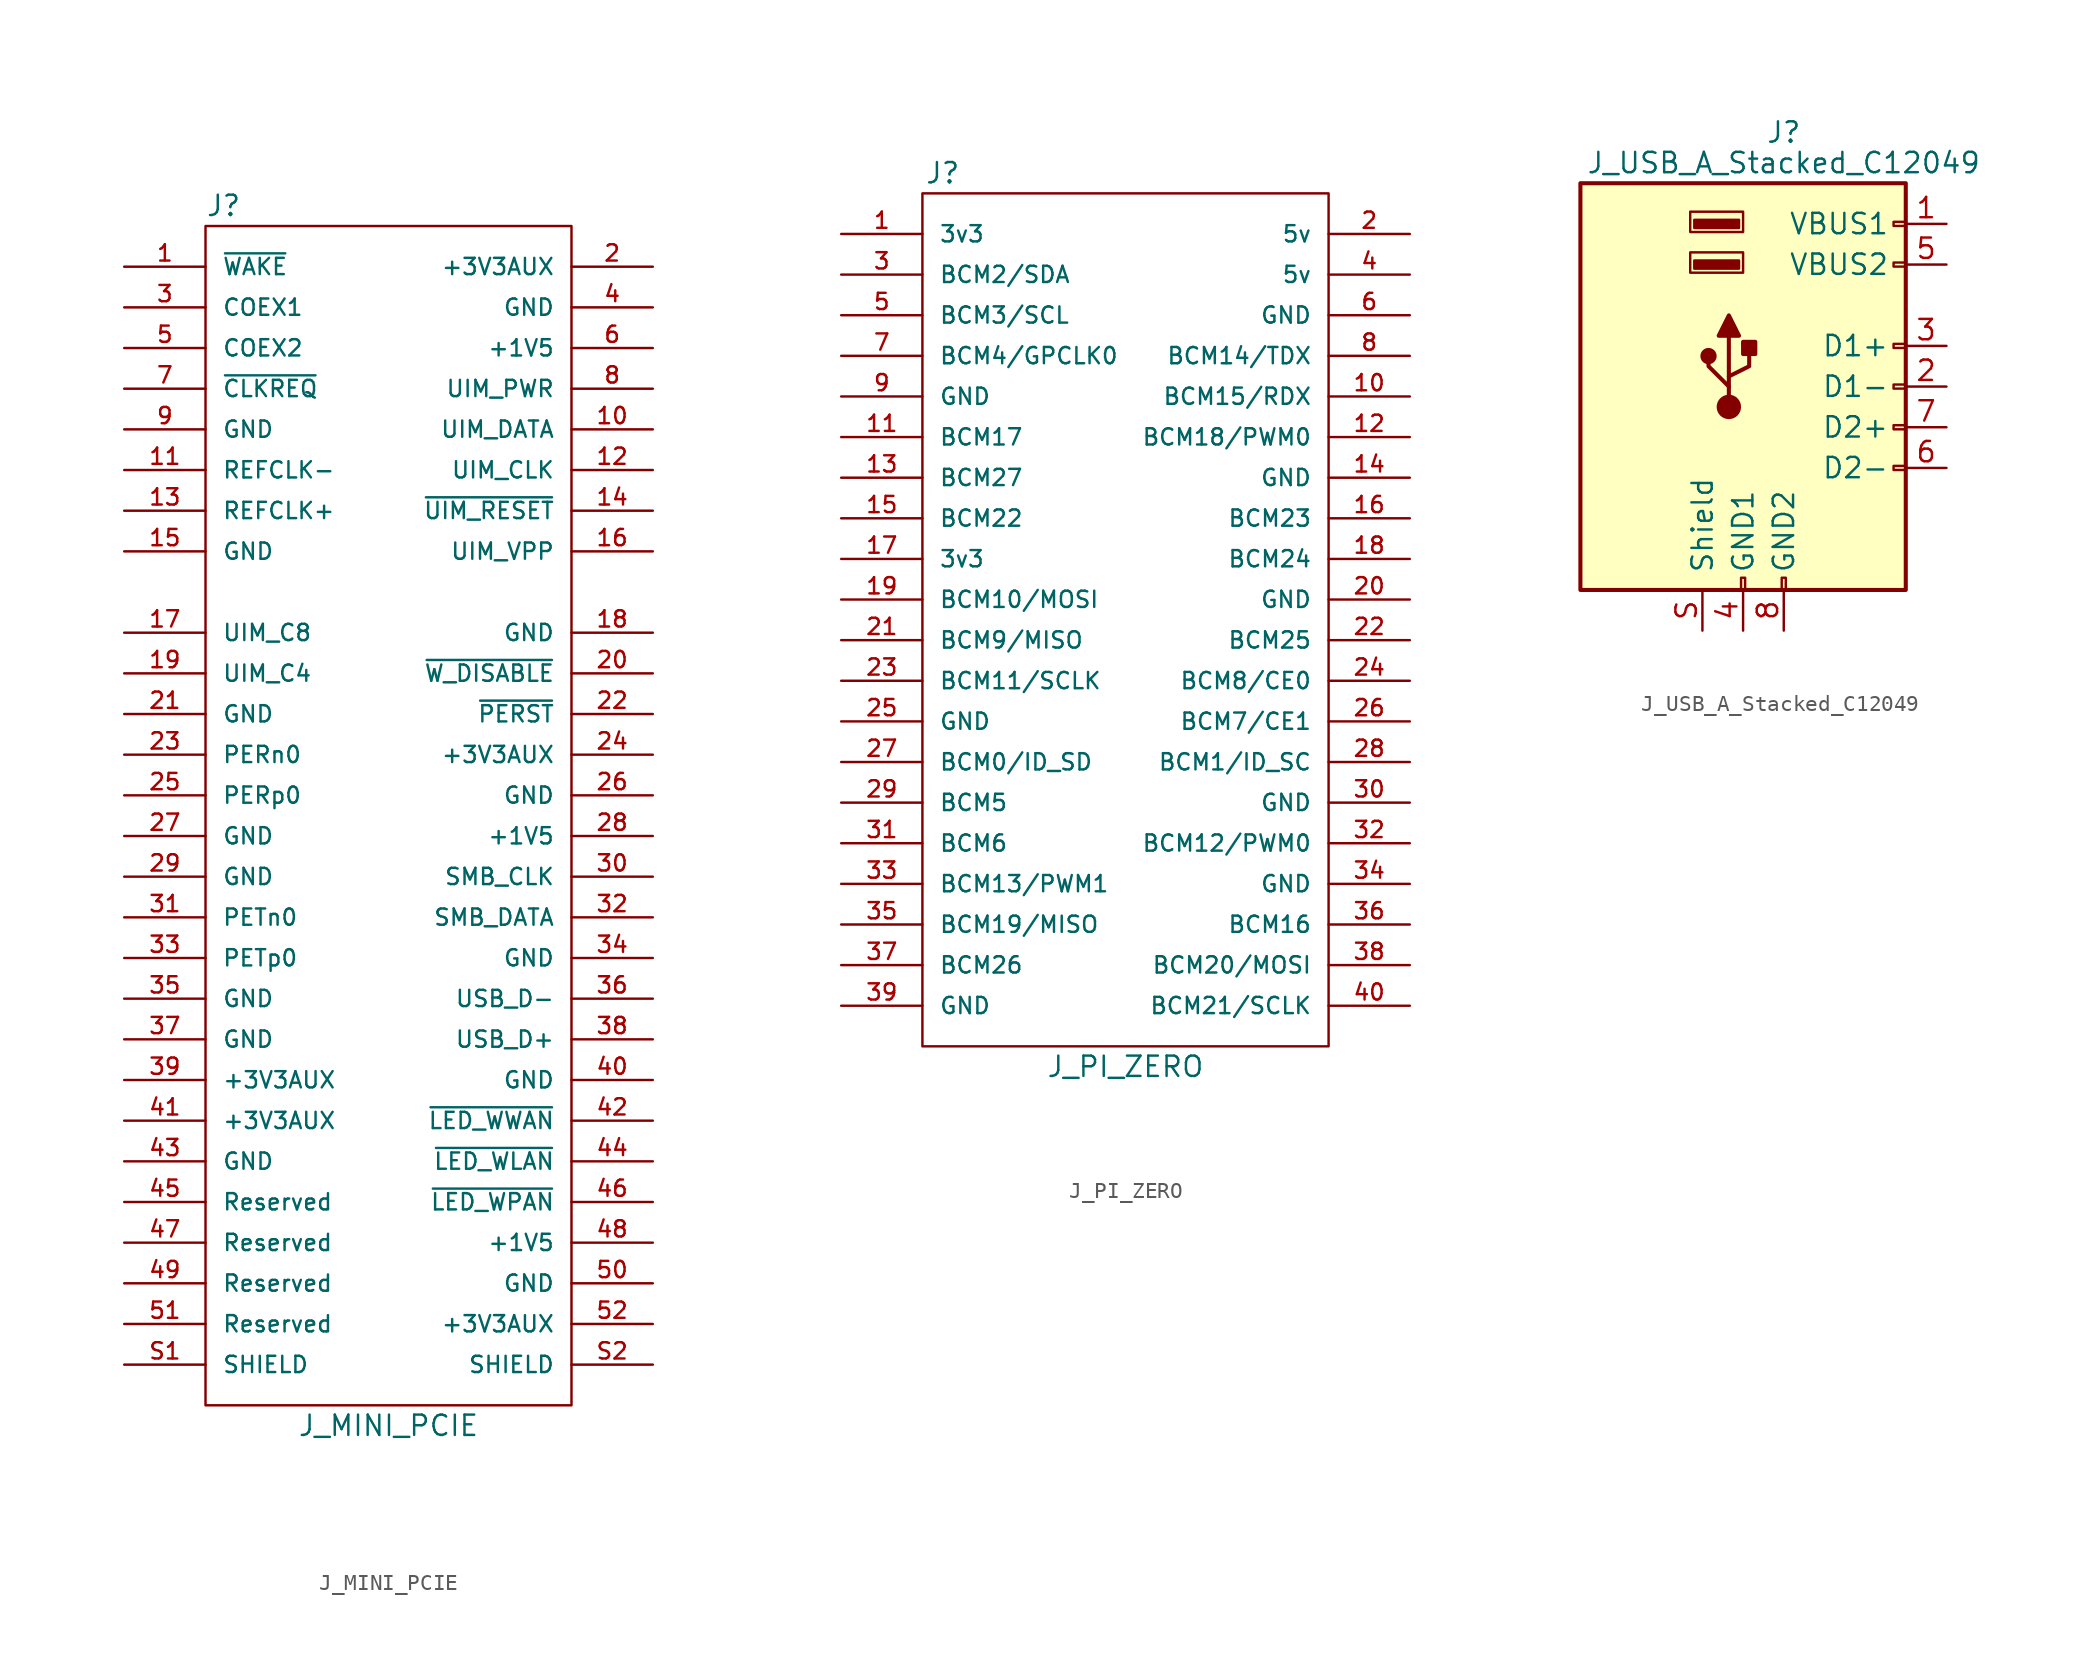
<source format=kicad_sym>
(kicad_symbol_lib
  (version 20231120)
  (generator "kicad_symbol_editor")
  (generator_version "8.0")
  (symbol "J_MINI_PCIE"
    (pin_names
      (offset 1.016))
    (property "Reference" "J"
      (at -11.43 36.83 0)
      (effects (font (size 1.27 1.27)) (justify left)))
    (property "Value" "J_MINI_PCIE"
      (at 0 -39.37 0)
      (effects (font (size 1.27 1.27))))
    (symbol "J_MINI_PCIE_0_1"
      (rectangle (start -11.43 35.56) (end 11.43 -38.1) (stroke (width 0) (type default)) (fill (type none))))
    (symbol "J_MINI_PCIE_1_1"
      (pin open_collector line (at -16.51 33.02 0) (length 5.08) (name "~{WAKE}" (effects (font (size 1.016 1.016)))) (number "1" (effects (font (size 1.016 1.016)))))
      (pin bidirectional line (at 16.51 22.86 180) (length 5.08) (name "UIM_DATA" (effects (font (size 1.016 1.016)))) (number "10" (effects (font (size 1.016 1.016)))))
      (pin input line (at -16.51 20.32 0) (length 5.08) (name "REFCLK-" (effects (font (size 1.016 1.016)))) (number "11" (effects (font (size 1.016 1.016)))))
      (pin output line (at 16.51 20.32 180) (length 5.08) (name "UIM_CLK" (effects (font (size 1.016 1.016)))) (number "12" (effects (font (size 1.016 1.016)))))
      (pin input line (at -16.51 17.78 0) (length 5.08) (name "REFCLK+" (effects (font (size 1.016 1.016)))) (number "13" (effects (font (size 1.016 1.016)))))
      (pin output line (at 16.51 17.78 180) (length 5.08) (name "~{UIM_RESET}" (effects (font (size 1.016 1.016)))) (number "14" (effects (font (size 1.016 1.016)))))
      (pin passive line (at -16.51 15.24 0) (length 5.08) (name "GND" (effects (font (size 1.016 1.016)))) (number "15" (effects (font (size 1.016 1.016)))))
      (pin power_out line (at 16.51 15.24 180) (length 5.08) (name "UIM_VPP" (effects (font (size 1.016 1.016)))) (number "16" (effects (font (size 1.016 1.016)))))
      (pin passive line (at -16.51 10.16 0) (length 5.08) (name "UIM_C8" (effects (font (size 1.016 1.016)))) (number "17" (effects (font (size 1.016 1.016)))))
      (pin passive line (at 16.51 10.16 180) (length 5.08) (name "GND" (effects (font (size 1.016 1.016)))) (number "18" (effects (font (size 1.016 1.016)))))
      (pin passive line (at -16.51 7.62 0) (length 5.08) (name "UIM_C4" (effects (font (size 1.016 1.016)))) (number "19" (effects (font (size 1.016 1.016)))))
      (pin power_in line (at 16.51 33.02 180) (length 5.08) (name "+3V3AUX" (effects (font (size 1.016 1.016)))) (number "2" (effects (font (size 1.016 1.016)))))
      (pin input line (at 16.51 7.62 180) (length 5.08) (name "~{W_DISABLE}" (effects (font (size 1.016 1.016)))) (number "20" (effects (font (size 1.016 1.016)))))
      (pin passive line (at -16.51 5.08 0) (length 5.08) (name "GND" (effects (font (size 1.016 1.016)))) (number "21" (effects (font (size 1.016 1.016)))))
      (pin input line (at 16.51 5.08 180) (length 5.08) (name "~{PERST}" (effects (font (size 1.016 1.016)))) (number "22" (effects (font (size 1.016 1.016)))))
      (pin output line (at -16.51 2.54 0) (length 5.08) (name "PERn0" (effects (font (size 1.016 1.016)))) (number "23" (effects (font (size 1.016 1.016)))))
      (pin power_in line (at 16.51 2.54 180) (length 5.08) (name "+3V3AUX" (effects (font (size 1.016 1.016)))) (number "24" (effects (font (size 1.016 1.016)))))
      (pin output line (at -16.51 0 0) (length 5.08) (name "PERp0" (effects (font (size 1.016 1.016)))) (number "25" (effects (font (size 1.016 1.016)))))
      (pin passive line (at 16.51 0 180) (length 5.08) (name "GND" (effects (font (size 1.016 1.016)))) (number "26" (effects (font (size 1.016 1.016)))))
      (pin passive line (at -16.51 -2.54 0) (length 5.08) (name "GND" (effects (font (size 1.016 1.016)))) (number "27" (effects (font (size 1.016 1.016)))))
      (pin power_in line (at 16.51 -2.54 180) (length 5.08) (name "+1V5" (effects (font (size 1.016 1.016)))) (number "28" (effects (font (size 1.016 1.016)))))
      (pin passive line (at -16.51 -5.08 0) (length 5.08) (name "GND" (effects (font (size 1.016 1.016)))) (number "29" (effects (font (size 1.016 1.016)))))
      (pin passive line (at -16.51 30.48 0) (length 5.08) (name "COEX1" (effects (font (size 1.016 1.016)))) (number "3" (effects (font (size 1.016 1.016)))))
      (pin input line (at 16.51 -5.08 180) (length 5.08) (name "SMB_CLK" (effects (font (size 1.016 1.016)))) (number "30" (effects (font (size 1.016 1.016)))))
      (pin input line (at -16.51 -7.62 0) (length 5.08) (name "PETn0" (effects (font (size 1.016 1.016)))) (number "31" (effects (font (size 1.016 1.016)))))
      (pin bidirectional line (at 16.51 -7.62 180) (length 5.08) (name "SMB_DATA" (effects (font (size 1.016 1.016)))) (number "32" (effects (font (size 1.016 1.016)))))
      (pin input line (at -16.51 -10.16 0) (length 5.08) (name "PETp0" (effects (font (size 1.016 1.016)))) (number "33" (effects (font (size 1.016 1.016)))))
      (pin passive line (at 16.51 -10.16 180) (length 5.08) (name "GND" (effects (font (size 1.016 1.016)))) (number "34" (effects (font (size 1.016 1.016)))))
      (pin passive line (at -16.51 -12.7 0) (length 5.08) (name "GND" (effects (font (size 1.016 1.016)))) (number "35" (effects (font (size 1.016 1.016)))))
      (pin bidirectional line (at 16.51 -12.7 180) (length 5.08) (name "USB_D-" (effects (font (size 1.016 1.016)))) (number "36" (effects (font (size 1.016 1.016)))))
      (pin passive line (at -16.51 -15.24 0) (length 5.08) (name "GND" (effects (font (size 1.016 1.016)))) (number "37" (effects (font (size 1.016 1.016)))))
      (pin bidirectional line (at 16.51 -15.24 180) (length 5.08) (name "USB_D+" (effects (font (size 1.016 1.016)))) (number "38" (effects (font (size 1.016 1.016)))))
      (pin power_in line (at -16.51 -17.78 0) (length 5.08) (name "+3V3AUX" (effects (font (size 1.016 1.016)))) (number "39" (effects (font (size 1.016 1.016)))))
      (pin power_in line (at 16.51 30.48 180) (length 5.08) (name "GND" (effects (font (size 1.016 1.016)))) (number "4" (effects (font (size 1.016 1.016)))))
      (pin passive line (at 16.51 -17.78 180) (length 5.08) (name "GND" (effects (font (size 1.016 1.016)))) (number "40" (effects (font (size 1.016 1.016)))))
      (pin power_in line (at -16.51 -20.32 0) (length 5.08) (name "+3V3AUX" (effects (font (size 1.016 1.016)))) (number "41" (effects (font (size 1.016 1.016)))))
      (pin open_collector line (at 16.51 -20.32 180) (length 5.08) (name "~{LED_WWAN}" (effects (font (size 1.016 1.016)))) (number "42" (effects (font (size 1.016 1.016)))))
      (pin passive line (at -16.51 -22.86 0) (length 5.08) (name "GND" (effects (font (size 1.016 1.016)))) (number "43" (effects (font (size 1.016 1.016)))))
      (pin open_collector line (at 16.51 -22.86 180) (length 5.08) (name "~{LED_WLAN}" (effects (font (size 1.016 1.016)))) (number "44" (effects (font (size 1.016 1.016)))))
      (pin passive line (at -16.51 -25.4 0) (length 5.08) (name "Reserved" (effects (font (size 1.016 1.016)))) (number "45" (effects (font (size 1.016 1.016)))))
      (pin open_collector line (at 16.51 -25.4 180) (length 5.08) (name "~{LED_WPAN}" (effects (font (size 1.016 1.016)))) (number "46" (effects (font (size 1.016 1.016)))))
      (pin passive line (at -16.51 -27.94 0) (length 5.08) (name "Reserved" (effects (font (size 1.016 1.016)))) (number "47" (effects (font (size 1.016 1.016)))))
      (pin power_in line (at 16.51 -27.94 180) (length 5.08) (name "+1V5" (effects (font (size 1.016 1.016)))) (number "48" (effects (font (size 1.016 1.016)))))
      (pin passive line (at -16.51 -30.48 0) (length 5.08) (name "Reserved" (effects (font (size 1.016 1.016)))) (number "49" (effects (font (size 1.016 1.016)))))
      (pin passive line (at -16.51 27.94 0) (length 5.08) (name "COEX2" (effects (font (size 1.016 1.016)))) (number "5" (effects (font (size 1.016 1.016)))))
      (pin passive line (at 16.51 -30.48 180) (length 5.08) (name "GND" (effects (font (size 1.016 1.016)))) (number "50" (effects (font (size 1.016 1.016)))))
      (pin passive line (at -16.51 -33.02 0) (length 5.08) (name "Reserved" (effects (font (size 1.016 1.016)))) (number "51" (effects (font (size 1.016 1.016)))))
      (pin power_in line (at 16.51 -33.02 180) (length 5.08) (name "+3V3AUX" (effects (font (size 1.016 1.016)))) (number "52" (effects (font (size 1.016 1.016)))))
      (pin power_in line (at 16.51 27.94 180) (length 5.08) (name "+1V5" (effects (font (size 1.016 1.016)))) (number "6" (effects (font (size 1.016 1.016)))))
      (pin open_collector line (at -16.51 25.4 0) (length 5.08) (name "~{CLKREQ}" (effects (font (size 1.016 1.016)))) (number "7" (effects (font (size 1.016 1.016)))))
      (pin power_out line (at 16.51 25.4 180) (length 5.08) (name "UIM_PWR" (effects (font (size 1.016 1.016)))) (number "8" (effects (font (size 1.016 1.016)))))
      (pin passive line (at -16.51 22.86 0) (length 5.08) (name "GND" (effects (font (size 1.016 1.016)))) (number "9" (effects (font (size 1.016 1.016)))))
      (pin passive line (at -16.51 -35.56 0) (length 5.08) (name "SHIELD" (effects (font (size 1.016 1.016)))) (number "S1" (effects (font (size 1.016 1.016)))))
      (pin passive line (at 16.51 -35.56 180) (length 5.08) (name "SHIELD" (effects (font (size 1.016 1.016)))) (number "S2" (effects (font (size 1.016 1.016)))))))
  (symbol "J_PI_ZERO"
    (pin_names
      (offset 1.016))
    (property "Reference" "J"
      (at -11.43 27.94 0)
      (effects (font (size 1.27 1.27))))
    (property "Value" "J_PI_ZERO"
      (at 0 -27.94 0)
      (effects (font (size 1.27 1.27))))
    (symbol "J_PI_ZERO_1_1"
      (rectangle (start -12.7 26.67) (end 12.7 -26.67) (stroke (width 0) (type default)) (fill (type none)))
      (pin passive line (at -17.78 24.13 0) (length 5.08) (name "3v3" (effects (font (size 1.016 1.016)))) (number "1" (effects (font (size 1.016 1.016)))))
      (pin passive line (at 17.78 13.97 180) (length 5.08) (name "BCM15/RDX" (effects (font (size 1.016 1.016)))) (number "10" (effects (font (size 1.016 1.016)))))
      (pin passive line (at -17.78 11.43 0) (length 5.08) (name "BCM17" (effects (font (size 1.016 1.016)))) (number "11" (effects (font (size 1.016 1.016)))))
      (pin passive line (at 17.78 11.43 180) (length 5.08) (name "BCM18/PWM0" (effects (font (size 1.016 1.016)))) (number "12" (effects (font (size 1.016 1.016)))))
      (pin passive line (at -17.78 8.89 0) (length 5.08) (name "BCM27" (effects (font (size 1.016 1.016)))) (number "13" (effects (font (size 1.016 1.016)))))
      (pin passive line (at 17.78 8.89 180) (length 5.08) (name "GND" (effects (font (size 1.016 1.016)))) (number "14" (effects (font (size 1.016 1.016)))))
      (pin passive line (at -17.78 6.35 0) (length 5.08) (name "BCM22" (effects (font (size 1.016 1.016)))) (number "15" (effects (font (size 1.016 1.016)))))
      (pin passive line (at 17.78 6.35 180) (length 5.08) (name "BCM23" (effects (font (size 1.016 1.016)))) (number "16" (effects (font (size 1.016 1.016)))))
      (pin passive line (at -17.78 3.81 0) (length 5.08) (name "3v3" (effects (font (size 1.016 1.016)))) (number "17" (effects (font (size 1.016 1.016)))))
      (pin passive line (at 17.78 3.81 180) (length 5.08) (name "BCM24" (effects (font (size 1.016 1.016)))) (number "18" (effects (font (size 1.016 1.016)))))
      (pin passive line (at -17.78 1.27 0) (length 5.08) (name "BCM10/MOSI" (effects (font (size 1.016 1.016)))) (number "19" (effects (font (size 1.016 1.016)))))
      (pin passive line (at 17.78 24.13 180) (length 5.08) (name "5v" (effects (font (size 1.016 1.016)))) (number "2" (effects (font (size 1.016 1.016)))))
      (pin passive line (at 17.78 1.27 180) (length 5.08) (name "GND" (effects (font (size 1.016 1.016)))) (number "20" (effects (font (size 1.016 1.016)))))
      (pin passive line (at -17.78 -1.27 0) (length 5.08) (name "BCM9/MISO" (effects (font (size 1.016 1.016)))) (number "21" (effects (font (size 1.016 1.016)))))
      (pin passive line (at 17.78 -1.27 180) (length 5.08) (name "BCM25" (effects (font (size 1.016 1.016)))) (number "22" (effects (font (size 1.016 1.016)))))
      (pin passive line (at -17.78 -3.81 0) (length 5.08) (name "BCM11/SCLK" (effects (font (size 1.016 1.016)))) (number "23" (effects (font (size 1.016 1.016)))))
      (pin passive line (at 17.78 -3.81 180) (length 5.08) (name "BCM8/CE0" (effects (font (size 1.016 1.016)))) (number "24" (effects (font (size 1.016 1.016)))))
      (pin passive line (at -17.78 -6.35 0) (length 5.08) (name "GND" (effects (font (size 1.016 1.016)))) (number "25" (effects (font (size 1.016 1.016)))))
      (pin passive line (at 17.78 -6.35 180) (length 5.08) (name "BCM7/CE1" (effects (font (size 1.016 1.016)))) (number "26" (effects (font (size 1.016 1.016)))))
      (pin passive line (at -17.78 -8.89 0) (length 5.08) (name "BCM0/ID_SD" (effects (font (size 1.016 1.016)))) (number "27" (effects (font (size 1.016 1.016)))))
      (pin passive line (at 17.78 -8.89 180) (length 5.08) (name "BCM1/ID_SC" (effects (font (size 1.016 1.016)))) (number "28" (effects (font (size 1.016 1.016)))))
      (pin passive line (at -17.78 -11.43 0) (length 5.08) (name "BCM5" (effects (font (size 1.016 1.016)))) (number "29" (effects (font (size 1.016 1.016)))))
      (pin passive line (at -17.78 21.59 0) (length 5.08) (name "BCM2/SDA" (effects (font (size 1.016 1.016)))) (number "3" (effects (font (size 1.016 1.016)))))
      (pin passive line (at 17.78 -11.43 180) (length 5.08) (name "GND" (effects (font (size 1.016 1.016)))) (number "30" (effects (font (size 1.016 1.016)))))
      (pin passive line (at -17.78 -13.97 0) (length 5.08) (name "BCM6" (effects (font (size 1.016 1.016)))) (number "31" (effects (font (size 1.016 1.016)))))
      (pin passive line (at 17.78 -13.97 180) (length 5.08) (name "BCM12/PWM0" (effects (font (size 1.016 1.016)))) (number "32" (effects (font (size 1.016 1.016)))))
      (pin passive line (at -17.78 -16.51 0) (length 5.08) (name "BCM13/PWM1" (effects (font (size 1.016 1.016)))) (number "33" (effects (font (size 1.016 1.016)))))
      (pin passive line (at 17.78 -16.51 180) (length 5.08) (name "GND" (effects (font (size 1.016 1.016)))) (number "34" (effects (font (size 1.016 1.016)))))
      (pin passive line (at -17.78 -19.05 0) (length 5.08) (name "BCM19/MISO" (effects (font (size 1.016 1.016)))) (number "35" (effects (font (size 1.016 1.016)))))
      (pin passive line (at 17.78 -19.05 180) (length 5.08) (name "BCM16" (effects (font (size 1.016 1.016)))) (number "36" (effects (font (size 1.016 1.016)))))
      (pin passive line (at -17.78 -21.59 0) (length 5.08) (name "BCM26" (effects (font (size 1.016 1.016)))) (number "37" (effects (font (size 1.016 1.016)))))
      (pin passive line (at 17.78 -21.59 180) (length 5.08) (name "BCM20/MOSI" (effects (font (size 1.016 1.016)))) (number "38" (effects (font (size 1.016 1.016)))))
      (pin passive line (at -17.78 -24.13 0) (length 5.08) (name "GND" (effects (font (size 1.016 1.016)))) (number "39" (effects (font (size 1.016 1.016)))))
      (pin passive line (at 17.78 21.59 180) (length 5.08) (name "5v" (effects (font (size 1.016 1.016)))) (number "4" (effects (font (size 1.016 1.016)))))
      (pin passive line (at 17.78 -24.13 180) (length 5.08) (name "BCM21/SCLK" (effects (font (size 1.016 1.016)))) (number "40" (effects (font (size 1.016 1.016)))))
      (pin passive line (at -17.78 19.05 0) (length 5.08) (name "BCM3/SCL" (effects (font (size 1.016 1.016)))) (number "5" (effects (font (size 1.016 1.016)))))
      (pin passive line (at 17.78 19.05 180) (length 5.08) (name "GND" (effects (font (size 1.016 1.016)))) (number "6" (effects (font (size 1.016 1.016)))))
      (pin passive line (at -17.78 16.51 0) (length 5.08) (name "BCM4/GPCLK0" (effects (font (size 1.016 1.016)))) (number "7" (effects (font (size 1.016 1.016)))))
      (pin passive line (at 17.78 16.51 180) (length 5.08) (name "BCM14/TDX" (effects (font (size 1.016 1.016)))) (number "8" (effects (font (size 1.016 1.016)))))
      (pin passive line (at -17.78 13.97 0) (length 5.08) (name "GND" (effects (font (size 1.016 1.016)))) (number "9" (effects (font (size 1.016 1.016)))))))
  (symbol "J_USB_A_Stacked_C12049"
    (pin_names
      (offset 1.016))
    (property "Reference" "J"
      (at 0 15.875 0)
      (effects (font (size 1.27 1.27))))
    (property "Value" "J_USB_A_Stacked_C12049"
      (at 0 13.97 0)
      (effects (font (size 1.27 1.27))))
    (symbol "J_USB_A_Stacked_C12049_0_1"
      (rectangle (start -12.7 12.7) (end 7.62 -12.7) (stroke (width 0.254) (type default)) (fill (type background)))
      (circle (center -4.699 1.905) (radius 0.381) (stroke (width 0.254) (type default)) (fill (type outline)))
      (circle (center -3.429 -1.27) (radius 0.635) (stroke (width 0.254) (type default)) (fill (type outline)))
      (rectangle (start -2.794 7.366) (end -5.588 7.874) (stroke (width 0) (type default)) (fill (type outline)))
      (rectangle (start -2.794 9.906) (end -5.588 10.414) (stroke (width 0) (type default)) (fill (type outline)))
      (rectangle (start -2.667 -12.7) (end -2.413 -11.938) (stroke (width 0) (type default)) (fill (type none)))
      (rectangle (start -2.54 2.794) (end -1.778 2.032) (stroke (width 0.254) (type default)) (fill (type outline)))
      (rectangle (start -2.54 7.112) (end -5.842 8.382) (stroke (width 0) (type default)) (fill (type none)))
      (rectangle (start -2.54 9.652) (end -5.842 10.922) (stroke (width 0) (type default)) (fill (type none)))
      (rectangle (start -0.127 -12.7) (end 0.127 -11.938) (stroke (width 0) (type default)) (fill (type none)))
      (polyline (pts (xy -4.064 3.175) (xy -2.794 3.175) (xy -3.429 4.445) (xy -4.064 3.175)) (stroke (width 0.254) (type default)) (fill (type outline)))
      (polyline (pts (xy -3.429 -0.635) (xy -3.429 0) (xy -4.699 1.27) (xy -4.699 1.905)) (stroke (width 0.254) (type default)) (fill (type none)))
      (polyline (pts (xy -3.429 0) (xy -3.429 0.635) (xy -2.159 1.27) (xy -2.159 2.54)) (stroke (width 0.254) (type default)) (fill (type none)))
      (rectangle (start 7.62 -5.207) (end 6.858 -4.953) (stroke (width 0) (type default)) (fill (type none)))
      (rectangle (start 7.62 -2.667) (end 6.858 -2.413) (stroke (width 0) (type default)) (fill (type none)))
      (rectangle (start 7.62 -0.127) (end 6.858 0.127) (stroke (width 0) (type default)) (fill (type none)))
      (rectangle (start 7.62 2.413) (end 6.858 2.667) (stroke (width 0) (type default)) (fill (type none)))
      (rectangle (start 7.62 7.493) (end 6.858 7.747) (stroke (width 0) (type default)) (fill (type none)))
      (rectangle (start 7.62 10.033) (end 6.858 10.287) (stroke (width 0) (type default)) (fill (type none))))
    (symbol "J_USB_A_Stacked_C12049_1_1"
      (polyline (pts (xy -3.429 0.635) (xy -3.429 3.175)) (stroke (width 0.254) (type default)) (fill (type none)))
      (pin power_in line (at 10.16 10.16 180) (length 2.54) (name "VBUS1" (effects (font (size 1.27 1.27)))) (number "1" (effects (font (size 1.27 1.27)))))
      (pin bidirectional line (at 10.16 0 180) (length 2.54) (name "D1-" (effects (font (size 1.27 1.27)))) (number "2" (effects (font (size 1.27 1.27)))))
      (pin bidirectional line (at 10.16 2.54 180) (length 2.54) (name "D1+" (effects (font (size 1.27 1.27)))) (number "3" (effects (font (size 1.27 1.27)))))
      (pin power_in line (at -2.54 -15.24 90) (length 2.54) (name "GND1" (effects (font (size 1.27 1.27)))) (number "4" (effects (font (size 1.27 1.27)))))
      (pin power_in line (at 10.16 7.62 180) (length 2.54) (name "VBUS2" (effects (font (size 1.27 1.27)))) (number "5" (effects (font (size 1.27 1.27)))))
      (pin bidirectional line (at 10.16 -5.08 180) (length 2.54) (name "D2-" (effects (font (size 1.27 1.27)))) (number "6" (effects (font (size 1.27 1.27)))))
      (pin bidirectional line (at 10.16 -2.54 180) (length 2.54) (name "D2+" (effects (font (size 1.27 1.27)))) (number "7" (effects (font (size 1.27 1.27)))))
      (pin power_in line (at 0 -15.24 90) (length 2.54) (name "GND2" (effects (font (size 1.27 1.27)))) (number "8" (effects (font (size 1.27 1.27)))))
      (pin passive line (at -5.08 -15.24 90) (length 2.54) (name "Shield" (effects (font (size 1.27 1.27)))) (number "S" (effects (font (size 1.27 1.27))))))))
</source>
